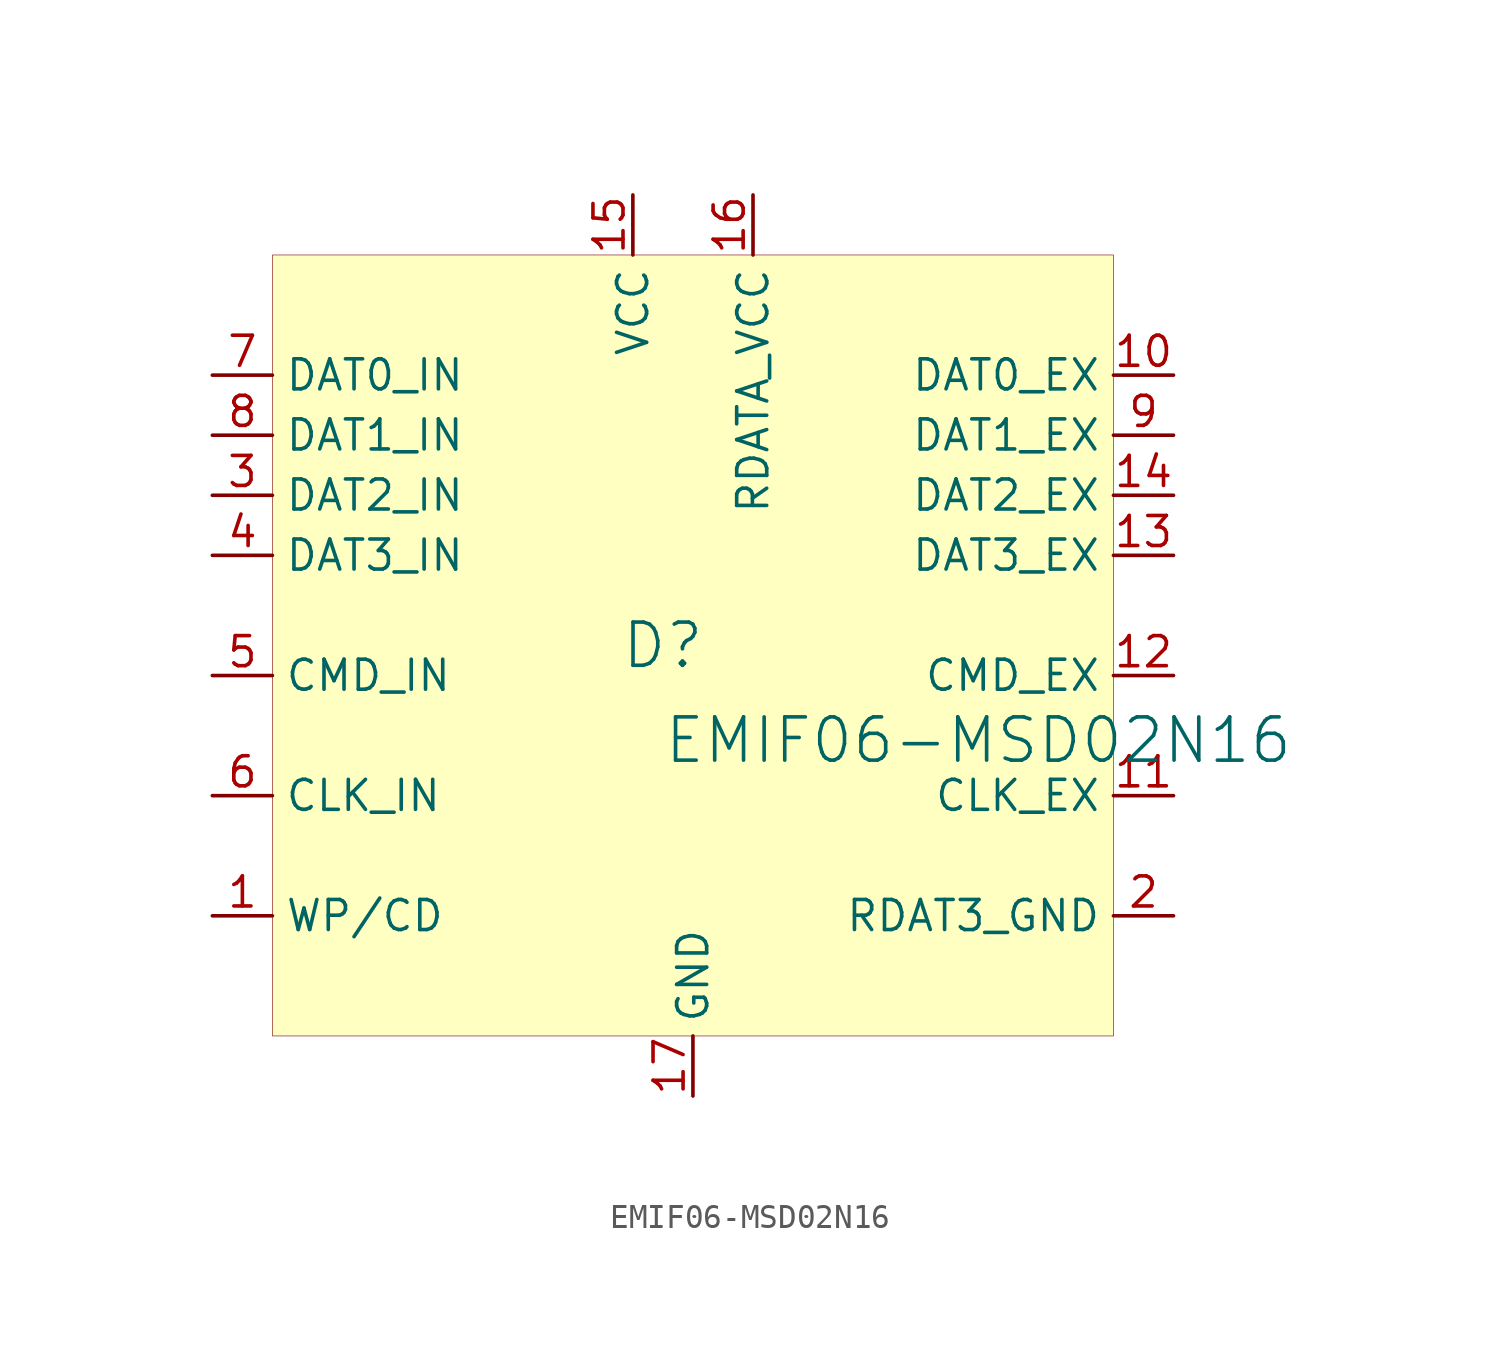
<source format=kicad_sym>
(kicad_symbol_lib
  (version 20231120)
  (generator "kicad_symbol_editor")
  (generator_version "8.0")
  (symbol "EMIF06-MSD02N16"
    (property "Reference" "D"
      (at -1.27 1.27 0)
      (effects (font (size 1.829 1.829))))
    (property "Value" "EMIF06-MSD02N16"
      (at -1.27 -3.81 0)
      (effects (font (size 1.829 1.829)) (justify left bottom)))
    (symbol "EMIF06-MSD02N16_1_0"
      (rectangle (start 17.78 17.78) (end -17.78 -15.24) (stroke (width 0.025) (type solid) (color 128 0 0 1)) (fill (type background)))
      (pin passive line (at -20.32 -10.16 0) (length 2.54) (name "WP/CD" (effects (font (size 1.27 1.27)))) (number "1" (effects (font (size 1.27 1.27)))))
      (pin bidirectional line (at 20.32 12.7 180) (length 2.54) (name "DAT0_EX" (effects (font (size 1.27 1.27)))) (number "10" (effects (font (size 1.27 1.27)))))
      (pin output line (at 20.32 -5.08 180) (length 2.54) (name "CLK_EX" (effects (font (size 1.27 1.27)))) (number "11" (effects (font (size 1.27 1.27)))))
      (pin output line (at 20.32 0 180) (length 2.54) (name "CMD_EX" (effects (font (size 1.27 1.27)))) (number "12" (effects (font (size 1.27 1.27)))))
      (pin bidirectional line (at 20.32 5.08 180) (length 2.54) (name "DAT3_EX" (effects (font (size 1.27 1.27)))) (number "13" (effects (font (size 1.27 1.27)))))
      (pin bidirectional line (at 20.32 7.62 180) (length 2.54) (name "DAT2_EX" (effects (font (size 1.27 1.27)))) (number "14" (effects (font (size 1.27 1.27)))))
      (pin power_in line (at -2.54 20.32 270) (length 2.54) (name "VCC" (effects (font (size 1.27 1.27)))) (number "15" (effects (font (size 1.27 1.27)))))
      (pin power_in line (at 2.54 20.32 270) (length 2.54) (name "RDATA_VCC" (effects (font (size 1.27 1.27)))) (number "16" (effects (font (size 1.27 1.27)))))
      (pin power_in line (at 0 -17.78 90) (length 2.54) (name "GND" (effects (font (size 1.27 1.27)))) (number "17" (effects (font (size 1.27 1.27)))))
      (pin passive line (at 20.32 -10.16 180) (length 2.54) (name "RDAT3_GND" (effects (font (size 1.27 1.27)))) (number "2" (effects (font (size 1.27 1.27)))))
      (pin bidirectional line (at -20.32 7.62 0) (length 2.54) (name "DAT2_IN" (effects (font (size 1.27 1.27)))) (number "3" (effects (font (size 1.27 1.27)))))
      (pin bidirectional line (at -20.32 5.08 0) (length 2.54) (name "DAT3_IN" (effects (font (size 1.27 1.27)))) (number "4" (effects (font (size 1.27 1.27)))))
      (pin input line (at -20.32 0 0) (length 2.54) (name "CMD_IN" (effects (font (size 1.27 1.27)))) (number "5" (effects (font (size 1.27 1.27)))))
      (pin input line (at -20.32 -5.08 0) (length 2.54) (name "CLK_IN" (effects (font (size 1.27 1.27)))) (number "6" (effects (font (size 1.27 1.27)))))
      (pin bidirectional line (at -20.32 12.7 0) (length 2.54) (name "DAT0_IN" (effects (font (size 1.27 1.27)))) (number "7" (effects (font (size 1.27 1.27)))))
      (pin bidirectional line (at -20.32 10.16 0) (length 2.54) (name "DAT1_IN" (effects (font (size 1.27 1.27)))) (number "8" (effects (font (size 1.27 1.27)))))
      (pin bidirectional line (at 20.32 10.16 180) (length 2.54) (name "DAT1_EX" (effects (font (size 1.27 1.27)))) (number "9" (effects (font (size 1.27 1.27))))))))
</source>
